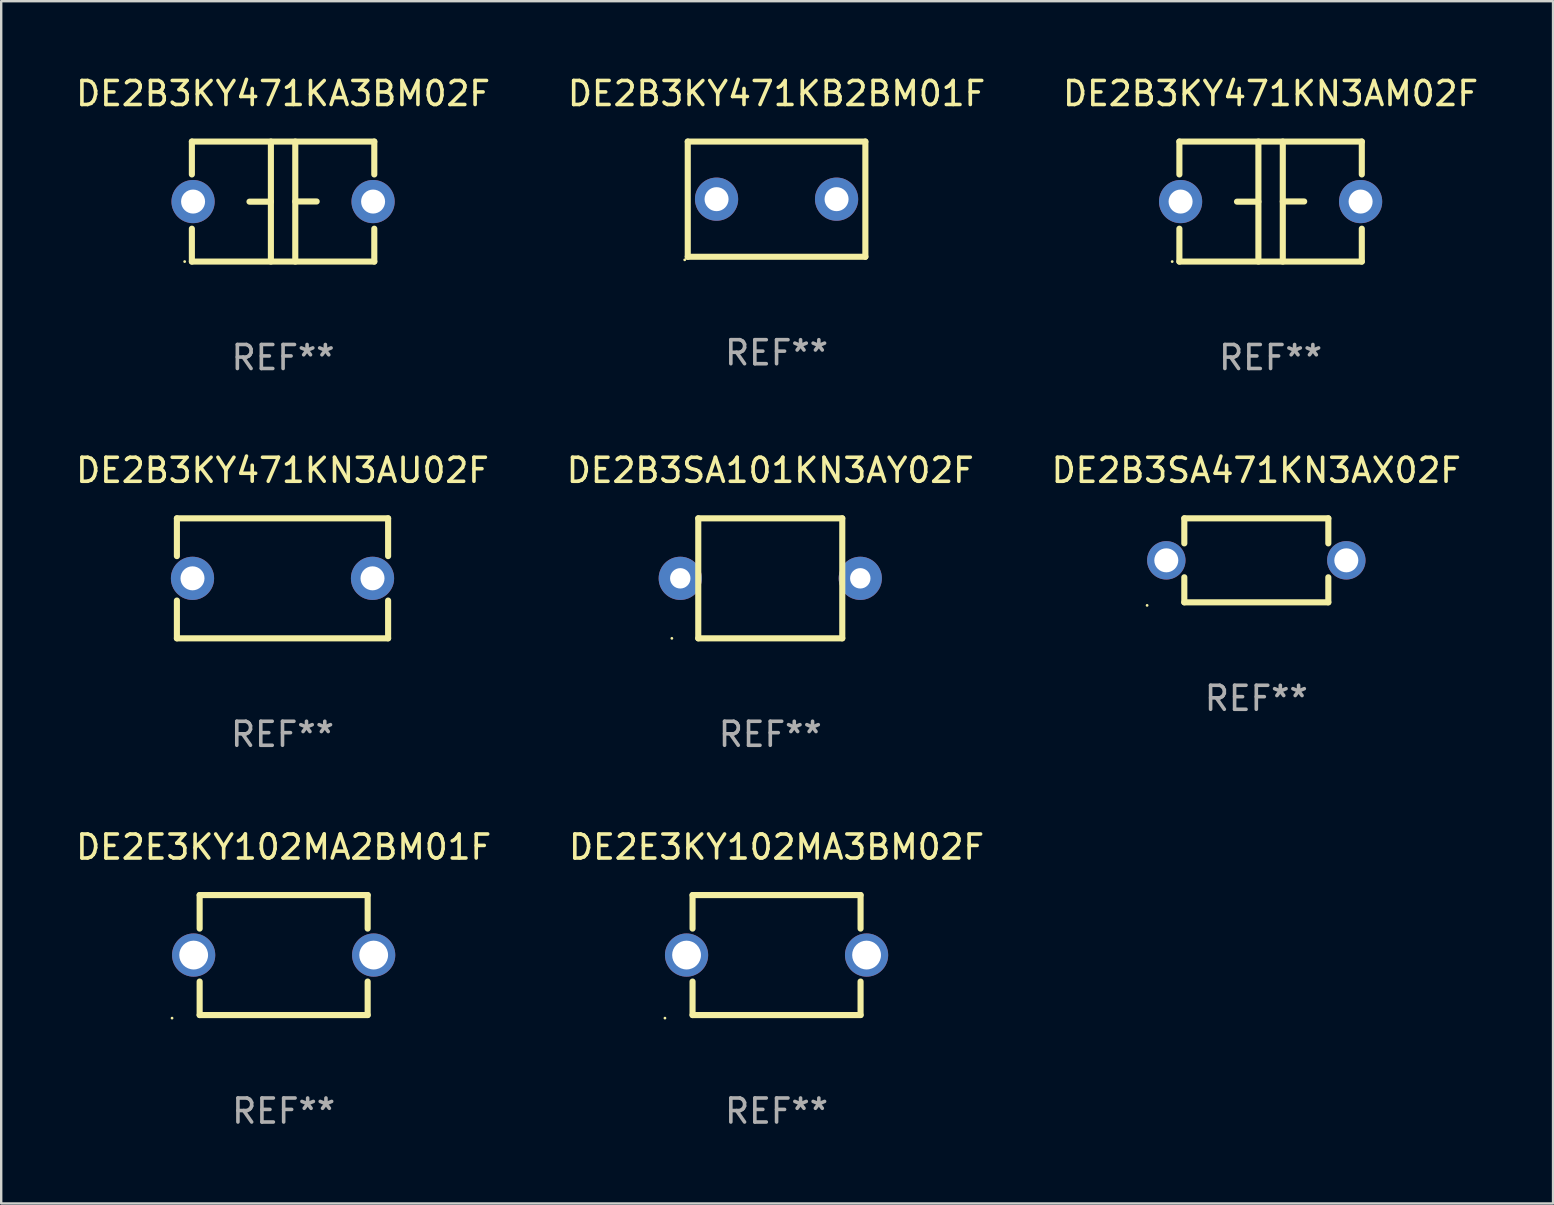
<source format=kicad_pcb>
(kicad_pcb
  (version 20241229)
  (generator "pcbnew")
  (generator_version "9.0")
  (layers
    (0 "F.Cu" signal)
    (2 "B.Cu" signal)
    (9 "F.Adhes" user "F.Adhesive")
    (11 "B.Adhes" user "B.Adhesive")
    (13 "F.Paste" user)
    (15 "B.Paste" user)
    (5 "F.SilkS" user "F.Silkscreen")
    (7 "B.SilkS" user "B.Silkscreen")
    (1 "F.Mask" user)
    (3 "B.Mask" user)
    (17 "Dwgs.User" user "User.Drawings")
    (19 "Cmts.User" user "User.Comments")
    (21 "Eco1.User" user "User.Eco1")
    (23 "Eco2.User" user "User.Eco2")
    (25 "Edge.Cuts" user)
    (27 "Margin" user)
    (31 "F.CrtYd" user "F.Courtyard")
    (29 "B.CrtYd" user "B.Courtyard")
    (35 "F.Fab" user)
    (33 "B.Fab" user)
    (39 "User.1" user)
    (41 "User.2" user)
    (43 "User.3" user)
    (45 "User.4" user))
  (footprint "DE2B3KY471KN3AU02F"
    (layer "F.Cu")
    (at 8.72 21.045)
    (property "Reference" "DE2B3KY471KN3AU02F" (at 0 -4.5 0) (layer "F.SilkS") (effects (font (size 1 1) (thickness 0.15))))
    (attr through_hole)
    (fp_line (start -4.4 -2.5) (end -4.4 -0.925) (stroke (width 0.254) (type solid)) (layer "F.SilkS"))
    (fp_line (start -4.4 -2.5) (end 4.4 -2.5) (stroke (width 0.254) (type solid)) (layer "F.SilkS"))
    (fp_line (start -4.4 0.925) (end -4.4 2.5) (stroke (width 0.254) (type solid)) (layer "F.SilkS"))
    (fp_line (start -4.4 2.5) (end 4.4 2.5) (stroke (width 0.254) (type solid)) (layer "F.SilkS"))
    (fp_line (start 4.4 -2.5) (end 4.4 -0.925) (stroke (width 0.254) (type solid)) (layer "F.SilkS"))
    (fp_line (start 4.4 0.925) (end 4.4 2.5) (stroke (width 0.254) (type solid)) (layer "F.SilkS"))
    (fp_circle (center -4.25 2.5) (end -4.22 2.5) (stroke (width 0.06) (type solid)) (fill no) (layer "F.SilkS"))
    (fp_text user "REF**" (at 0 6.5 0) (layer "F.Fab") (effects (font (size 1 1) (thickness 0.15))))
    (pad "1" thru_hole circle (at -3.75 0) (size 1.8 1.8) (drill 1) (layers "*.Cu" "*.Mask"))
    (pad "2" thru_hole circle (at 3.75 0) (size 1.8 1.8) (drill 1) (layers "*.Cu" "*.Mask")))
  (footprint "DE2E3KY102MA3BM02F"
    (layer "F.Cu")
    (at 29.304 36.741)
    (property "Reference" "DE2E3KY102MA3BM02F" (at 0 -4.5 0) (layer "F.SilkS") (effects (font (size 1 1) (thickness 0.15))))
    (attr through_hole)
    (fp_line (start -3.5 -2.5) (end -3.5 -1.103) (stroke (width 0.254) (type solid)) (layer "F.SilkS"))
    (fp_line (start -3.5 -2.5) (end 3.5 -2.5) (stroke (width 0.254) (type solid)) (layer "F.SilkS"))
    (fp_line (start -3.5 1.103) (end -3.5 2.5) (stroke (width 0.254) (type solid)) (layer "F.SilkS"))
    (fp_line (start 3.5 -2.5) (end 3.5 -1.103) (stroke (width 0.254) (type solid)) (layer "F.SilkS"))
    (fp_line (start 3.5 1.103) (end 3.5 2.5) (stroke (width 0.254) (type solid)) (layer "F.SilkS"))
    (fp_line (start 3.5 2.5) (end -3.5 2.5) (stroke (width 0.254) (type solid)) (layer "F.SilkS"))
    (fp_circle (center -4.65 2.627) (end -4.62 2.627) (stroke (width 0.06) (type solid)) (fill no) (layer "F.SilkS"))
    (fp_text user "REF**" (at 0 6.5 0) (layer "F.Fab") (effects (font (size 1 1) (thickness 0.15))))
    (pad "1" thru_hole circle (at -3.75 0) (size 1.8 1.8) (drill 1.2) (layers "*.Cu" "*.Mask"))
    (pad "2" thru_hole circle (at 3.75 0) (size 1.8 1.8) (drill 1.2) (layers "*.Cu" "*.Mask")))
  (footprint "DE2B3KY471KA3BM02F"
    (layer "F.Cu")
    (at 8.744 5.348)
    (property "Reference" "DE2B3KY471KA3BM02F" (at 0 -4.5 0) (layer "F.SilkS") (effects (font (size 1 1) (thickness 0.15))))
    (attr through_hole)
    (fp_line (start -3.8 -2.5) (end -3.8 -1.13) (stroke (width 0.254) (type solid)) (layer "F.SilkS"))
    (fp_line (start -3.8 -2.5) (end 3.8 -2.5) (stroke (width 0.254) (type solid)) (layer "F.SilkS"))
    (fp_line (start -3.8 1.13) (end -3.8 2.5) (stroke (width 0.254) (type solid)) (layer "F.SilkS"))
    (fp_line (start -3.8 2.5) (end 3.8 2.5) (stroke (width 0.254) (type solid)) (layer "F.SilkS"))
    (fp_line (start -0.508 0.004) (end -1.4 0.004) (stroke (width 0.254) (type solid)) (layer "F.SilkS"))
    (fp_line (start -0.508 2.5) (end -0.508 -2.5) (stroke (width 0.254) (type solid)) (layer "F.SilkS"))
    (fp_line (start 0.508 -2.5) (end 0.508 2.5) (stroke (width 0.254) (type solid)) (layer "F.SilkS"))
    (fp_line (start 0.508 -0.004) (end 1.4 -0.004) (stroke (width 0.254) (type solid)) (layer "F.SilkS"))
    (fp_line (start 3.8 -2.5) (end 3.8 -1.13) (stroke (width 0.254) (type solid)) (layer "F.SilkS"))
    (fp_line (start 3.8 1.13) (end 3.8 2.5) (stroke (width 0.254) (type solid)) (layer "F.SilkS"))
    (fp_circle (center -4.1 2.5) (end -4.07 2.5) (stroke (width 0.06) (type solid)) (fill no) (layer "F.SilkS"))
    (fp_text user "REF**" (at 0 6.5 0) (layer "F.Fab") (effects (font (size 1 1) (thickness 0.15))))
    (pad "1" thru_hole circle (at -3.75 0) (size 1.8 1.8) (drill 1) (layers "*.Cu" "*.Mask"))
    (pad "2" thru_hole circle (at 3.75 0) (size 1.8 1.8) (drill 1) (layers "*.Cu" "*.Mask")))
  (footprint "DE2B3SA101KN3AY02F"
    (layer "F.Cu")
    (at 29.042 21.045)
    (property "Reference" "DE2B3SA101KN3AY02F" (at 0 -4.5 0) (layer "F.SilkS") (effects (font (size 1 1) (thickness 0.15))))
    (attr through_hole)
    (fp_line (start -3 -2.5) (end 3 -2.5) (stroke (width 0.254) (type solid)) (layer "F.SilkS"))
    (fp_line (start -3 2.5) (end -3 -2.5) (stroke (width 0.254) (type solid)) (layer "F.SilkS"))
    (fp_line (start 3 -2.5) (end 3 2.5) (stroke (width 0.254) (type solid)) (layer "F.SilkS"))
    (fp_line (start 3 2.5) (end -3 2.5) (stroke (width 0.254) (type solid)) (layer "F.SilkS"))
    (fp_circle (center -4.1 2.5) (end -4.07 2.5) (stroke (width 0.06) (type solid)) (fill no) (layer "F.SilkS"))
    (fp_text user "REF**" (at 0 6.5 0) (layer "F.Fab") (effects (font (size 1 1) (thickness 0.15))))
    (pad "1" thru_hole circle (at -3.75 0) (size 1.8 1.8) (drill 0.85) (layers "*.Cu" "*.Mask"))
    (pad "2" thru_hole circle (at 3.75 0) (size 1.8 1.8) (drill 0.85) (layers "*.Cu" "*.Mask")))
  (footprint "DE2B3KY471KN3AM02F"
    (layer "F.Cu")
    (at 49.887 5.348)
    (property "Reference" "DE2B3KY471KN3AM02F" (at 0 -4.5 0) (layer "F.SilkS") (effects (font (size 1 1) (thickness 0.15))))
    (attr through_hole)
    (fp_line (start -3.8 -2.5) (end -3.8 -1.13) (stroke (width 0.254) (type solid)) (layer "F.SilkS"))
    (fp_line (start -3.8 -2.5) (end 3.8 -2.5) (stroke (width 0.254) (type solid)) (layer "F.SilkS"))
    (fp_line (start -3.8 1.13) (end -3.8 2.5) (stroke (width 0.254) (type solid)) (layer "F.SilkS"))
    (fp_line (start -3.8 2.5) (end 3.8 2.5) (stroke (width 0.254) (type solid)) (layer "F.SilkS"))
    (fp_line (start -0.508 0.004) (end -1.4 0.004) (stroke (width 0.254) (type solid)) (layer "F.SilkS"))
    (fp_line (start -0.508 2.5) (end -0.508 -2.5) (stroke (width 0.254) (type solid)) (layer "F.SilkS"))
    (fp_line (start 0.508 -2.5) (end 0.508 2.5) (stroke (width 0.254) (type solid)) (layer "F.SilkS"))
    (fp_line (start 0.508 -0.004) (end 1.4 -0.004) (stroke (width 0.254) (type solid)) (layer "F.SilkS"))
    (fp_line (start 3.8 -2.5) (end 3.8 -1.13) (stroke (width 0.254) (type solid)) (layer "F.SilkS"))
    (fp_line (start 3.8 1.13) (end 3.8 2.5) (stroke (width 0.254) (type solid)) (layer "F.SilkS"))
    (fp_circle (center -4.1 2.5) (end -4.07 2.5) (stroke (width 0.06) (type solid)) (fill no) (layer "F.SilkS"))
    (fp_text user "REF**" (at 0 6.5 0) (layer "F.Fab") (effects (font (size 1 1) (thickness 0.15))))
    (pad "1" thru_hole circle (at -3.75 0) (size 1.8 1.8) (drill 1) (layers "*.Cu" "*.Mask"))
    (pad "2" thru_hole circle (at 3.75 0) (size 1.8 1.8) (drill 1) (layers "*.Cu" "*.Mask")))
  (footprint "DE2E3KY102MA2BM01F"
    (layer "F.Cu")
    (at 8.768 36.741)
    (property "Reference" "DE2E3KY102MA2BM01F" (at 0 -4.5 0) (layer "F.SilkS") (effects (font (size 1 1) (thickness 0.15))))
    (attr through_hole)
    (fp_line (start -3.5 -2.5) (end -3.5 -1.103) (stroke (width 0.254) (type solid)) (layer "F.SilkS"))
    (fp_line (start -3.5 -2.5) (end 3.5 -2.5) (stroke (width 0.254) (type solid)) (layer "F.SilkS"))
    (fp_line (start -3.5 1.103) (end -3.5 2.5) (stroke (width 0.254) (type solid)) (layer "F.SilkS"))
    (fp_line (start 3.5 -2.5) (end 3.5 -1.103) (stroke (width 0.254) (type solid)) (layer "F.SilkS"))
    (fp_line (start 3.5 1.103) (end 3.5 2.5) (stroke (width 0.254) (type solid)) (layer "F.SilkS"))
    (fp_line (start 3.5 2.5) (end -3.5 2.5) (stroke (width 0.254) (type solid)) (layer "F.SilkS"))
    (fp_circle (center -4.65 2.627) (end -4.62 2.627) (stroke (width 0.06) (type solid)) (fill no) (layer "F.SilkS"))
    (fp_text user "REF**" (at 0 6.5 0) (layer "F.Fab") (effects (font (size 1 1) (thickness 0.15))))
    (pad "1" thru_hole circle (at -3.75 0) (size 1.8 1.8) (drill 1.2) (layers "*.Cu" "*.Mask"))
    (pad "2" thru_hole circle (at 3.75 0) (size 1.8 1.8) (drill 1.2) (layers "*.Cu" "*.Mask")))
  (footprint "DE2B3KY471KB2BM01F"
    (layer "F.Cu")
    (at 29.304 5.248)
    (property "Reference" "DE2B3KY471KB2BM01F" (at 0 -4.4 0) (layer "F.SilkS") (effects (font (size 1 1) (thickness 0.15))))
    (attr through_hole)
    (fp_line (start -3.7 -2.4) (end -3.7 2.4) (stroke (width 0.254) (type solid)) (layer "F.SilkS"))
    (fp_line (start -3.7 -2.4) (end 3.7 -2.4) (stroke (width 0.254) (type solid)) (layer "F.SilkS"))
    (fp_line (start -3.7 2.4) (end 3.7 2.4) (stroke (width 0.254) (type solid)) (layer "F.SilkS"))
    (fp_line (start 3.7 -2.4) (end 3.7 2.4) (stroke (width 0.254) (type solid)) (layer "F.SilkS"))
    (fp_circle (center -3.827 2.527) (end -3.797 2.527) (stroke (width 0.06) (type solid)) (fill no) (layer "F.SilkS"))
    (fp_text user "REF**" (at 0 6.4 0) (layer "F.Fab") (effects (font (size 1 1) (thickness 0.15))))
    (pad "1" thru_hole circle (at -2.5 0) (size 1.8 1.8) (drill 1) (layers "*.Cu" "*.Mask"))
    (pad "2" thru_hole circle (at 2.5 0) (size 1.8 1.8) (drill 1) (layers "*.Cu" "*.Mask")))
  (footprint "DE2B3SA471KN3AX02F"
    (layer "F.Cu")
    (at 49.292 20.295)
    (property "Reference" "DE2B3SA471KN3AX02F" (at 0 -3.75 0) (layer "F.SilkS") (effects (font (size 1 1) (thickness 0.15))))
    (attr through_hole)
    (fp_line (start -3 -1.75) (end -3 -0.706) (stroke (width 0.254) (type solid)) (layer "F.SilkS"))
    (fp_line (start -3 -1.75) (end 3 -1.75) (stroke (width 0.254) (type solid)) (layer "F.SilkS"))
    (fp_line (start -3 0.706) (end -3 1.75) (stroke (width 0.254) (type solid)) (layer "F.SilkS"))
    (fp_line (start 3 -1.75) (end 3 -0.706) (stroke (width 0.254) (type solid)) (layer "F.SilkS"))
    (fp_line (start 3 0.706) (end 3 1.75) (stroke (width 0.254) (type solid)) (layer "F.SilkS"))
    (fp_line (start 3 1.75) (end -3 1.75) (stroke (width 0.254) (type solid)) (layer "F.SilkS"))
    (fp_circle (center -4.55 1.877) (end -4.52 1.877) (stroke (width 0.06) (type solid)) (fill no) (layer "F.SilkS"))
    (fp_text user "REF**" (at 0 5.75 0) (layer "F.Fab") (effects (font (size 1 1) (thickness 0.15))))
    (pad "1" thru_hole circle (at -3.75 -0.000025) (size 1.6 1.6) (drill 1) (layers "*.Cu" "*.Mask"))
    (pad "2" thru_hole circle (at 3.75 -0.000025) (size 1.6 1.6) (drill 1) (layers "*.Cu" "*.Mask")))
  (gr_rect
    (start -3 -3)
    (end 61.655 47.09)
    (stroke (width 0.1) (type default))
    (fill no)
    (layer "Edge.Cuts")))
</source>
